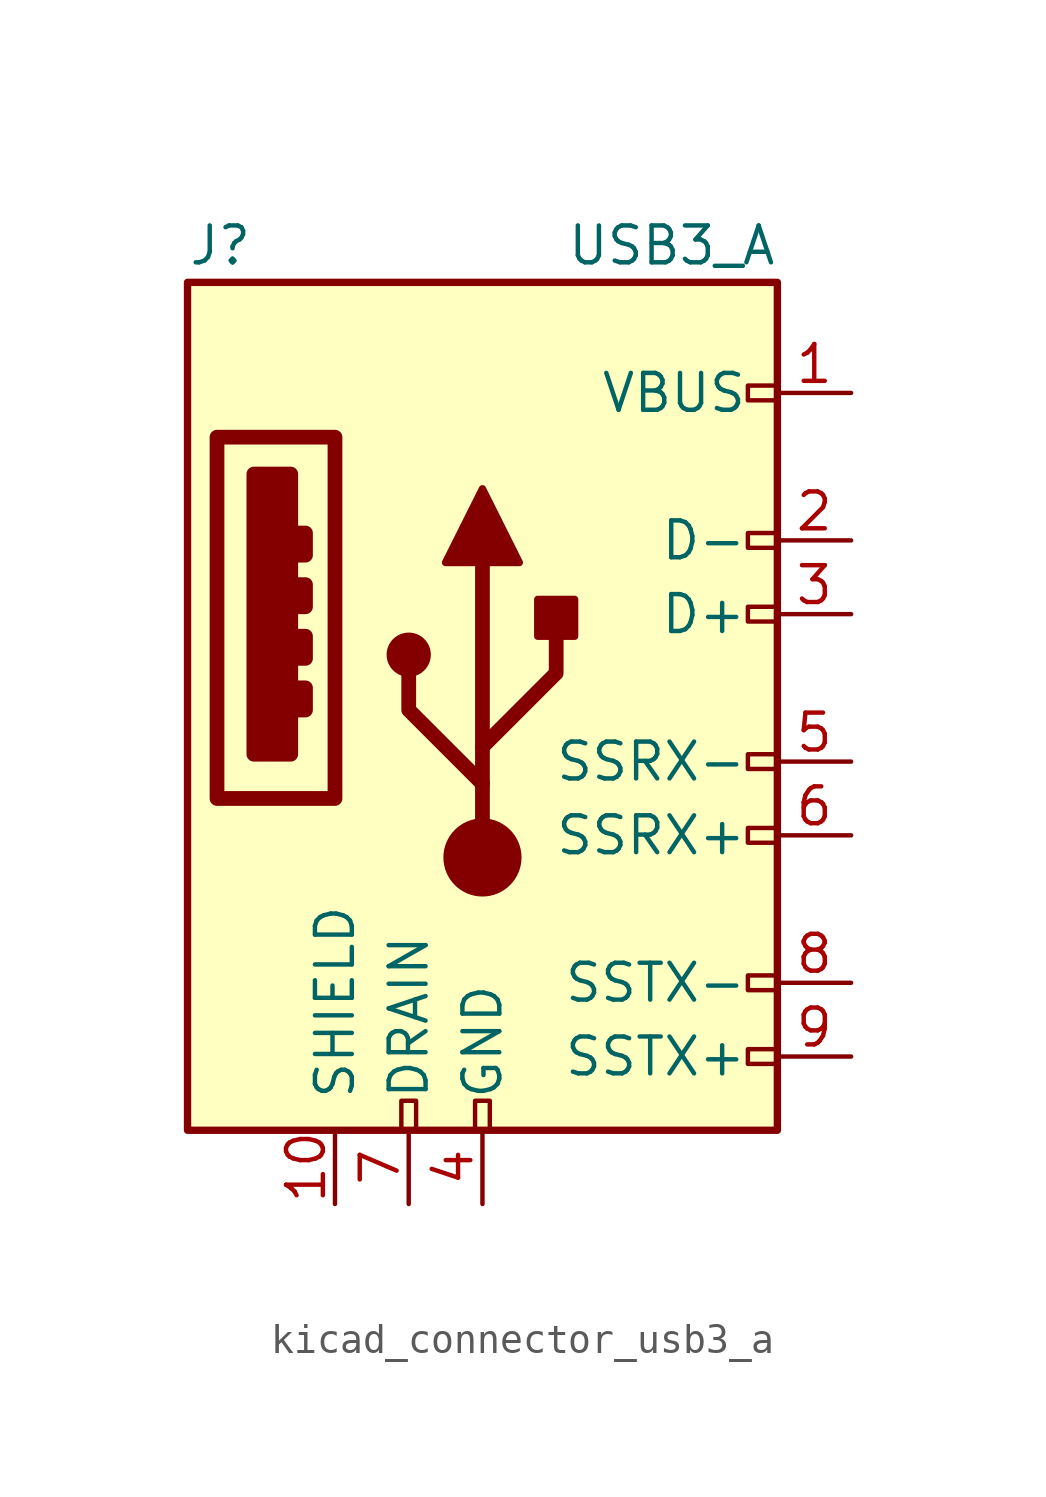
<source format=kicad_sym>
(kicad_symbol_lib
  (version 20220914)
  (generator kicad_symbol_editor)
  (symbol "kicad_connector_usb3_a"
    (pin_names
      (offset 1.016))
    (property "Reference" "J"
      (at -10.16 15.24 0)
      (effects (font (size 1.27 1.27)) (justify left)))
    (property "Value" "USB3_A"
      (at 10.16 15.24 0)
      (effects (font (size 1.27 1.27)) (justify right)))
    (symbol "kicad_connector_usb3_a_0_0"
      (rectangle (start -9.144 8.636) (end -5.08 -3.81) (stroke (width 0.508) (type default)) (fill (type none)))
      (rectangle (start -7.874 7.366) (end -6.604 -2.286) (stroke (width 0.508) (type default)) (fill (type outline)))
      (rectangle (start -6.35 0) (end -6.096 -0.762) (stroke (width 0.508) (type default)) (fill (type none)))
      (rectangle (start -6.35 1.778) (end -6.096 1.016) (stroke (width 0.508) (type default)) (fill (type none)))
      (rectangle (start -6.35 3.556) (end -6.096 2.794) (stroke (width 0.508) (type default)) (fill (type none)))
      (rectangle (start -6.35 5.334) (end -6.096 4.572) (stroke (width 0.508) (type default)) (fill (type none)))
      (rectangle (start -2.794 -15.24) (end -2.286 -14.224) (stroke (width 0) (type default)) (fill (type none)))
      (rectangle (start -0.254 -15.24) (end 0.254 -14.224) (stroke (width 0) (type default)) (fill (type none)))
      (rectangle (start 10.16 -12.446) (end 9.144 -12.954) (stroke (width 0) (type default)) (fill (type none)))
      (rectangle (start 10.16 -9.906) (end 9.144 -10.414) (stroke (width 0) (type default)) (fill (type none)))
      (rectangle (start 10.16 -4.826) (end 9.144 -5.334) (stroke (width 0) (type default)) (fill (type none)))
      (rectangle (start 10.16 -2.286) (end 9.144 -2.794) (stroke (width 0) (type default)) (fill (type none)))
      (rectangle (start 10.16 2.794) (end 9.144 2.286) (stroke (width 0) (type default)) (fill (type none)))
      (rectangle (start 10.16 5.334) (end 9.144 4.826) (stroke (width 0) (type default)) (fill (type none)))
      (rectangle (start 10.16 10.414) (end 9.144 9.906) (stroke (width 0) (type default)) (fill (type none))))
    (symbol "kicad_connector_usb3_a_0_1"
      (rectangle (start -10.16 13.97) (end 10.16 -15.24) (stroke (width 0.254) (type default)) (fill (type background))))
    (symbol "kicad_connector_usb3_a_1_1"
      (circle (center -2.54 1.143) (radius 0.635) (stroke (width 0.254) (type default)) (fill (type outline)))
      (circle (center 0 -5.842) (radius 1.27) (stroke (width 0) (type default)) (fill (type outline)))
      (polyline (pts (xy 0 -5.842) (xy 0 4.318)) (stroke (width 0.508) (type default)) (fill (type none)))
      (polyline (pts (xy 0 -3.302) (xy -2.54 -0.762) (xy -2.54 0.508)) (stroke (width 0.508) (type default)) (fill (type none)))
      (polyline (pts (xy 0 -2.032) (xy 2.54 0.508) (xy 2.54 1.778)) (stroke (width 0.508) (type default)) (fill (type none)))
      (polyline (pts (xy -1.27 4.318) (xy 0 6.858) (xy 1.27 4.318) (xy -1.27 4.318)) (stroke (width 0.254) (type default)) (fill (type outline)))
      (rectangle (start 1.905 1.778) (end 3.175 3.048) (stroke (width 0.254) (type default)) (fill (type outline)))
      (pin power_in line (at 12.7 10.16 180) (length 2.54) (name "VBUS" (effects (font (size 1.27 1.27)))) (number "1" (effects (font (size 1.27 1.27)))))
      (pin passive line (at -5.08 -17.78 90) (length 2.54) (name "SHIELD" (effects (font (size 1.27 1.27)))) (number "10" (effects (font (size 1.27 1.27)))))
      (pin bidirectional line (at 12.7 5.08 180) (length 2.54) (name "D-" (effects (font (size 1.27 1.27)))) (number "2" (effects (font (size 1.27 1.27)))))
      (pin bidirectional line (at 12.7 2.54 180) (length 2.54) (name "D+" (effects (font (size 1.27 1.27)))) (number "3" (effects (font (size 1.27 1.27)))))
      (pin power_in line (at 0 -17.78 90) (length 2.54) (name "GND" (effects (font (size 1.27 1.27)))) (number "4" (effects (font (size 1.27 1.27)))))
      (pin output line (at 12.7 -2.54 180) (length 2.54) (name "SSRX-" (effects (font (size 1.27 1.27)))) (number "5" (effects (font (size 1.27 1.27)))))
      (pin output line (at 12.7 -5.08 180) (length 2.54) (name "SSRX+" (effects (font (size 1.27 1.27)))) (number "6" (effects (font (size 1.27 1.27)))))
      (pin passive line (at -2.54 -17.78 90) (length 2.54) (name "DRAIN" (effects (font (size 1.27 1.27)))) (number "7" (effects (font (size 1.27 1.27)))))
      (pin input line (at 12.7 -10.16 180) (length 2.54) (name "SSTX-" (effects (font (size 1.27 1.27)))) (number "8" (effects (font (size 1.27 1.27)))))
      (pin input line (at 12.7 -12.7 180) (length 2.54) (name "SSTX+" (effects (font (size 1.27 1.27)))) (number "9" (effects (font (size 1.27 1.27))))))))
</source>
